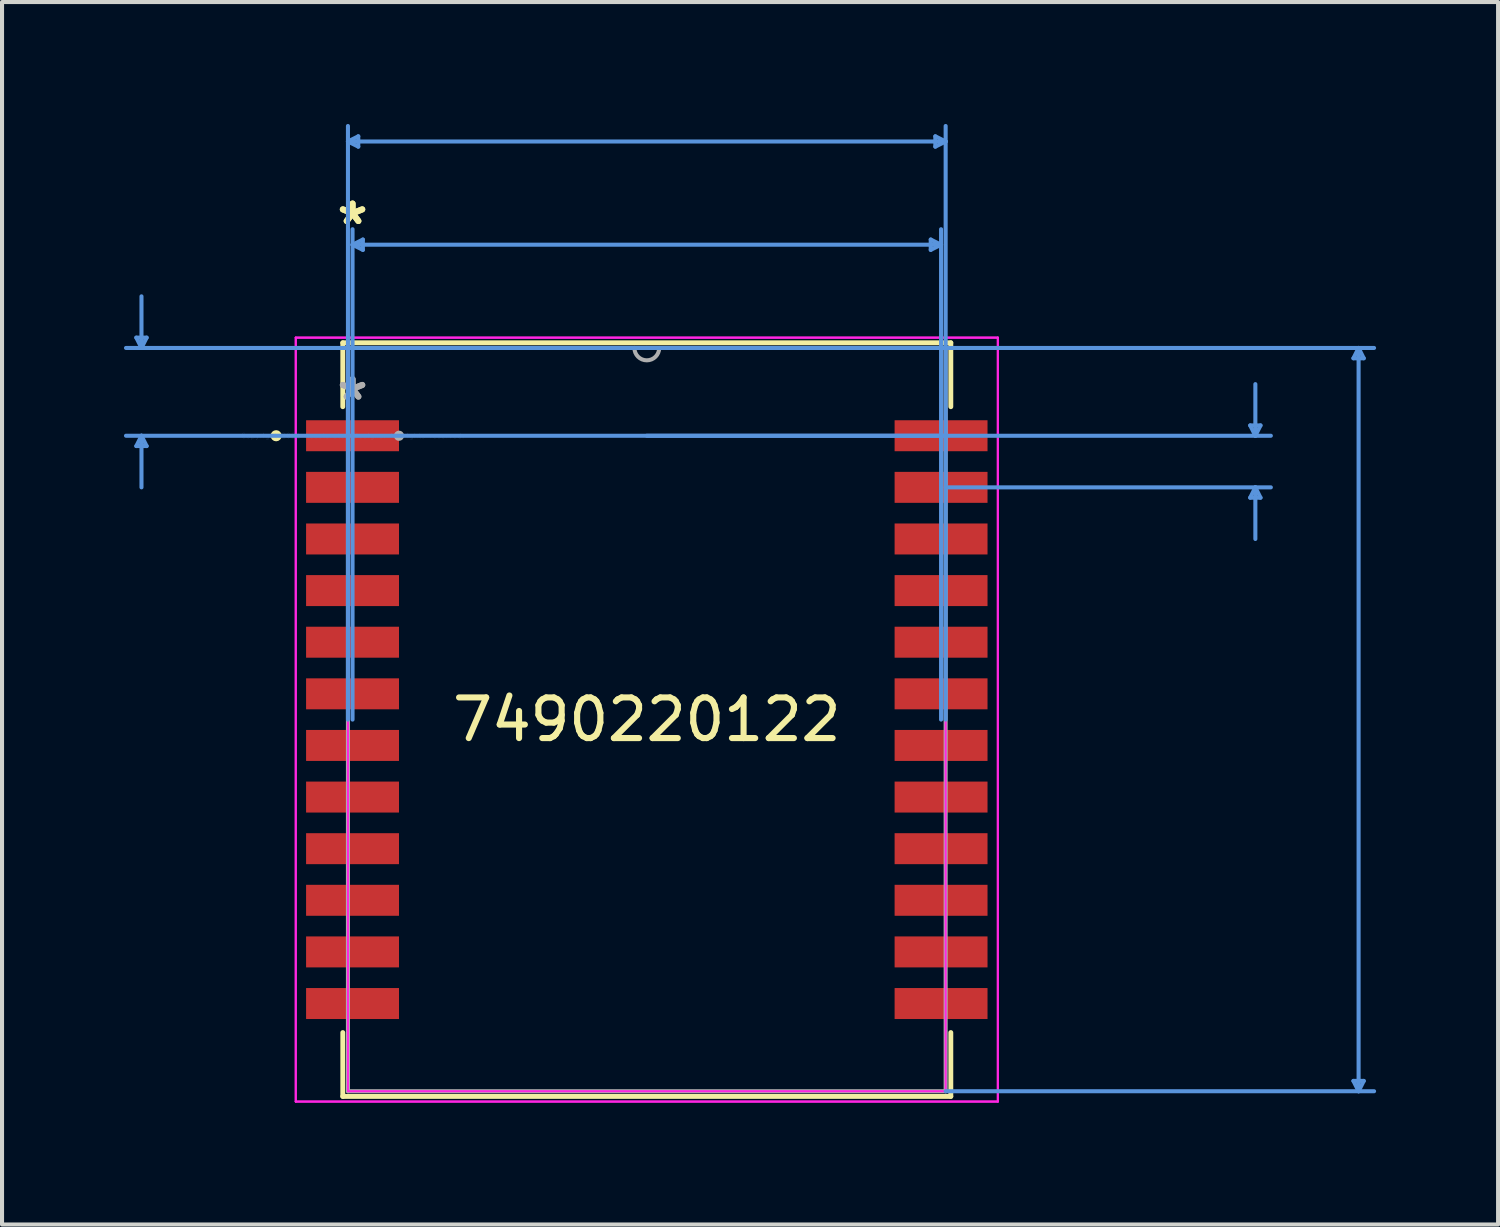
<source format=kicad_pcb>
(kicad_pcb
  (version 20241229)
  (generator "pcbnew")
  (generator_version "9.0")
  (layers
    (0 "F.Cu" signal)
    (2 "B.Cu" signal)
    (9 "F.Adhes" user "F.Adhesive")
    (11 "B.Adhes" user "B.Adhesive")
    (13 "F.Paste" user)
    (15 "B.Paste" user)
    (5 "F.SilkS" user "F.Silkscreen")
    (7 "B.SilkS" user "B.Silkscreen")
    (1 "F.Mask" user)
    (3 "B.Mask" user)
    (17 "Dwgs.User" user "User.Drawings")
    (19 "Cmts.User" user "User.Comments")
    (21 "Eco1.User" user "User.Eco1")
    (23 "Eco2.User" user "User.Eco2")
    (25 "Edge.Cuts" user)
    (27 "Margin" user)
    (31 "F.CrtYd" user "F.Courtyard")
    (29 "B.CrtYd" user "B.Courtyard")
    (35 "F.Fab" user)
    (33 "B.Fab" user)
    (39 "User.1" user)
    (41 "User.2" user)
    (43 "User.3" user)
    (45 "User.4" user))
  (footprint "7490220122"
    (layer "F.Cu")
    (at 5.624 7.671)
    (property "Reference" "7490220122" (at 7.24 6.984 0) (layer "F.SilkS") (effects (font (size 1 1) (thickness 0.15))))
    (attr through_hole)
    (fp_line (start -0.24 -2.287) (end -0.24 -0.714) (stroke (width 0.12) (type solid)) (layer "F.SilkS"))
    (fp_line (start -0.24 14.684) (end -0.24 16.255) (stroke (width 0.12) (type solid)) (layer "F.SilkS"))
    (fp_line (start -0.24 16.255) (end 14.72 16.255) (stroke (width 0.12) (type solid)) (layer "F.SilkS"))
    (fp_line (start 14.72 -2.287) (end -0.24 -2.287) (stroke (width 0.12) (type solid)) (layer "F.SilkS"))
    (fp_line (start 14.72 -0.714) (end 14.72 -2.287) (stroke (width 0.12) (type solid)) (layer "F.SilkS"))
    (fp_line (start 14.72 16.255) (end 14.72 14.684) (stroke (width 0.12) (type solid)) (layer "F.SilkS"))
    (fp_circle (center -1.88 0) (end -1.803 0) (stroke (width 0.12) (type solid)) (fill no) (layer "F.SilkS"))
    (fp_line (start -5.32 -2.414) (end -5.066 -2.414) (stroke (width 0.1) (type solid)) (layer "Cmts.User"))
    (fp_line (start -5.32 0.254) (end -5.066 0.254) (stroke (width 0.1) (type solid)) (layer "Cmts.User"))
    (fp_line (start -5.193 -2.16) (end -5.32 -2.414) (stroke (width 0.1) (type solid)) (layer "Cmts.User"))
    (fp_line (start -5.193 -2.16) (end -5.193 -3.43) (stroke (width 0.1) (type solid)) (layer "Cmts.User"))
    (fp_line (start -5.193 -2.16) (end -5.066 -2.414) (stroke (width 0.1) (type solid)) (layer "Cmts.User"))
    (fp_line (start -5.193 0) (end -5.32 0.254) (stroke (width 0.1) (type solid)) (layer "Cmts.User"))
    (fp_line (start -5.193 0) (end -5.193 1.27) (stroke (width 0.1) (type solid)) (layer "Cmts.User"))
    (fp_line (start -5.193 0) (end -5.066 0.254) (stroke (width 0.1) (type solid)) (layer "Cmts.User"))
    (fp_line (start -0.113 -7.24) (end 0.141 -7.367) (stroke (width 0.1) (type solid)) (layer "Cmts.User"))
    (fp_line (start -0.113 -7.24) (end 0.141 -7.113) (stroke (width 0.1) (type solid)) (layer "Cmts.User"))
    (fp_line (start -0.113 -7.24) (end 14.593 -7.24) (stroke (width 0.1) (type solid)) (layer "Cmts.User"))
    (fp_line (start -0.113 6.984) (end -0.113 -7.621) (stroke (width 0.1) (type solid)) (layer "Cmts.User"))
    (fp_line (start 0 -4.7) (end 0.254 -4.827) (stroke (width 0.1) (type solid)) (layer "Cmts.User"))
    (fp_line (start 0 -4.7) (end 0.254 -4.573) (stroke (width 0.1) (type solid)) (layer "Cmts.User"))
    (fp_line (start 0 -4.7) (end 14.48 -4.7) (stroke (width 0.1) (type solid)) (layer "Cmts.User"))
    (fp_line (start 0 6.984) (end 0 -5.081) (stroke (width 0.1) (type solid)) (layer "Cmts.User"))
    (fp_line (start 0.141 -7.367) (end 0.141 -7.113) (stroke (width 0.1) (type solid)) (layer "Cmts.User"))
    (fp_line (start 0.254 -4.827) (end 0.254 -4.573) (stroke (width 0.1) (type solid)) (layer "Cmts.User"))
    (fp_line (start 7.24 -2.16) (end -5.574 -2.16) (stroke (width 0.1) (type solid)) (layer "Cmts.User"))
    (fp_line (start 7.24 -2.16) (end 25.134 -2.16) (stroke (width 0.1) (type solid)) (layer "Cmts.User"))
    (fp_line (start 7.24 0) (end 22.594 0) (stroke (width 0.1) (type solid)) (layer "Cmts.User"))
    (fp_line (start 14.226 -4.827) (end 14.226 -4.573) (stroke (width 0.1) (type solid)) (layer "Cmts.User"))
    (fp_line (start 14.339 -7.367) (end 14.339 -7.113) (stroke (width 0.1) (type solid)) (layer "Cmts.User"))
    (fp_line (start 14.48 -4.7) (end 14.226 -4.827) (stroke (width 0.1) (type solid)) (layer "Cmts.User"))
    (fp_line (start 14.48 -4.7) (end 14.226 -4.573) (stroke (width 0.1) (type solid)) (layer "Cmts.User"))
    (fp_line (start 14.48 6.984) (end 14.48 -5.081) (stroke (width 0.1) (type solid)) (layer "Cmts.User"))
    (fp_line (start 14.593 -7.24) (end 14.339 -7.367) (stroke (width 0.1) (type solid)) (layer "Cmts.User"))
    (fp_line (start 14.593 -7.24) (end 14.339 -7.113) (stroke (width 0.1) (type solid)) (layer "Cmts.User"))
    (fp_line (start 14.593 0) (end -5.574 0) (stroke (width 0.1) (type solid)) (layer "Cmts.User"))
    (fp_line (start 14.593 1.27) (end 22.594 1.27) (stroke (width 0.1) (type solid)) (layer "Cmts.User"))
    (fp_line (start 14.593 6.984) (end 14.593 -7.621) (stroke (width 0.1) (type solid)) (layer "Cmts.User"))
    (fp_line (start 14.593 16.128) (end 25.134 16.128) (stroke (width 0.1) (type solid)) (layer "Cmts.User"))
    (fp_line (start 22.086 -0.254) (end 22.34 -0.254) (stroke (width 0.1) (type solid)) (layer "Cmts.User"))
    (fp_line (start 22.086 1.524) (end 22.34 1.524) (stroke (width 0.1) (type solid)) (layer "Cmts.User"))
    (fp_line (start 22.213 0) (end 22.086 -0.254) (stroke (width 0.1) (type solid)) (layer "Cmts.User"))
    (fp_line (start 22.213 0) (end 22.213 -1.27) (stroke (width 0.1) (type solid)) (layer "Cmts.User"))
    (fp_line (start 22.213 0) (end 22.34 -0.254) (stroke (width 0.1) (type solid)) (layer "Cmts.User"))
    (fp_line (start 22.213 1.27) (end 22.086 1.524) (stroke (width 0.1) (type solid)) (layer "Cmts.User"))
    (fp_line (start 22.213 1.27) (end 22.213 2.54) (stroke (width 0.1) (type solid)) (layer "Cmts.User"))
    (fp_line (start 22.213 1.27) (end 22.34 1.524) (stroke (width 0.1) (type solid)) (layer "Cmts.User"))
    (fp_line (start 24.626 -1.906) (end 24.88 -1.906) (stroke (width 0.1) (type solid)) (layer "Cmts.User"))
    (fp_line (start 24.626 15.874) (end 24.88 15.874) (stroke (width 0.1) (type solid)) (layer "Cmts.User"))
    (fp_line (start 24.753 -2.16) (end 24.626 -1.906) (stroke (width 0.1) (type solid)) (layer "Cmts.User"))
    (fp_line (start 24.753 -2.16) (end 24.753 16.128) (stroke (width 0.1) (type solid)) (layer "Cmts.User"))
    (fp_line (start 24.753 -2.16) (end 24.88 -1.906) (stroke (width 0.1) (type solid)) (layer "Cmts.User"))
    (fp_line (start 24.753 16.128) (end 24.626 15.874) (stroke (width 0.1) (type solid)) (layer "Cmts.User"))
    (fp_line (start 24.753 16.128) (end 24.88 15.874) (stroke (width 0.1) (type solid)) (layer "Cmts.User"))
    (fp_line (start -1.397 -2.414) (end 15.877 -2.414) (stroke (width 0.05) (type solid)) (layer "F.CrtYd"))
    (fp_line (start -1.397 -2.414) (end 15.877 -2.414) (stroke (width 0.05) (type solid)) (layer "F.CrtYd"))
    (fp_line (start -1.397 16.382) (end -1.397 -2.414) (stroke (width 0.05) (type solid)) (layer "F.CrtYd"))
    (fp_line (start -1.397 16.382) (end -1.397 -2.414) (stroke (width 0.05) (type solid)) (layer "F.CrtYd"))
    (fp_line (start -0.113 -2.16) (end 14.593 -2.16) (stroke (width 0.05) (type solid)) (layer "F.CrtYd"))
    (fp_line (start -0.113 16.128) (end -0.113 -2.16) (stroke (width 0.05) (type solid)) (layer "F.CrtYd"))
    (fp_line (start 14.593 -2.16) (end 14.593 16.128) (stroke (width 0.05) (type solid)) (layer "F.CrtYd"))
    (fp_line (start 14.593 16.128) (end -0.113 16.128) (stroke (width 0.05) (type solid)) (layer "F.CrtYd"))
    (fp_line (start 15.877 -2.414) (end 15.877 16.382) (stroke (width 0.05) (type solid)) (layer "F.CrtYd"))
    (fp_line (start 15.877 -2.414) (end 15.877 16.382) (stroke (width 0.05) (type solid)) (layer "F.CrtYd"))
    (fp_line (start 15.877 16.382) (end -1.397 16.382) (stroke (width 0.05) (type solid)) (layer "F.CrtYd"))
    (fp_line (start 15.877 16.382) (end -1.397 16.382) (stroke (width 0.05) (type solid)) (layer "F.CrtYd"))
    (fp_line (start -0.113 -2.16) (end -0.113 16.128) (stroke (width 0.1) (type solid)) (layer "F.Fab"))
    (fp_line (start -0.113 16.128) (end 14.593 16.128) (stroke (width 0.1) (type solid)) (layer "F.Fab"))
    (fp_line (start 14.593 -2.16) (end -0.113 -2.16) (stroke (width 0.1) (type solid)) (layer "F.Fab"))
    (fp_line (start 14.593 16.128) (end 14.593 -2.16) (stroke (width 0.1) (type solid)) (layer "F.Fab"))
    (fp_arc (start 7.544799 -2.16) (mid 7.239999 -1.8552) (end 6.935199 -2.16) (stroke (width 0.1) (type solid)) (layer "F.Fab"))
    (fp_circle (center 1.143 0) (end 1.219 0) (stroke (width 0.1) (type solid)) (fill no) (layer "F.Fab"))
    (fp_text user "*" (at 0 -5.167 0) (layer "F.SilkS") (effects (font (size 1 1) (thickness 0.15))))
    (fp_text user "*" (at 0 -5.167 0) (layer "F.SilkS") (effects (font (size 1 1) (thickness 0.15))))
    (fp_text user "Copyright 2021 Accelerated Designs. All rights reserved." (at 0 0 0) (layer "Cmts.User") (effects (font (size 0.127 0.127) (thickness 0.002))))
    (fp_text user "*" (at 0 -0.847 0) (layer "F.Fab") (effects (font (size 1 1) (thickness 0.15))))
    (fp_text user "*" (at 0 -0.847 0) (layer "F.Fab") (effects (font (size 1 1) (thickness 0.15))))
    (pad "1" smd rect (at 0.000001 0.000001) (size 2.286 0.762) (layers "F.Cu" "F.Mask" "F.Paste"))
    (pad "2" smd rect (at 0.000001 1.27) (size 2.286 0.762) (layers "F.Cu" "F.Mask" "F.Paste"))
    (pad "3" smd rect (at 0.000001 2.54) (size 2.286 0.762) (layers "F.Cu" "F.Mask" "F.Paste"))
    (pad "4" smd rect (at 0.000001 3.81) (size 2.286 0.762) (layers "F.Cu" "F.Mask" "F.Paste"))
    (pad "5" smd rect (at 0.000001 5.08) (size 2.286 0.762) (layers "F.Cu" "F.Mask" "F.Paste"))
    (pad "6" smd rect (at 0.000001 6.35) (size 2.286 0.762) (layers "F.Cu" "F.Mask" "F.Paste"))
    (pad "7" smd rect (at 0.000001 7.62) (size 2.286 0.762) (layers "F.Cu" "F.Mask" "F.Paste"))
    (pad "8" smd rect (at 0.000001 8.89) (size 2.286 0.762) (layers "F.Cu" "F.Mask" "F.Paste"))
    (pad "9" smd rect (at 0.000001 10.16) (size 2.286 0.762) (layers "F.Cu" "F.Mask" "F.Paste"))
    (pad "10" smd rect (at 0.000001 11.43) (size 2.286 0.762) (layers "F.Cu" "F.Mask" "F.Paste"))
    (pad "11" smd rect (at 0.000001 12.7) (size 2.286 0.762) (layers "F.Cu" "F.Mask" "F.Paste"))
    (pad "12" smd rect (at 0.000001 13.97) (size 2.286 0.762) (layers "F.Cu" "F.Mask" "F.Paste"))
    (pad "13" smd rect (at 14.48 13.97) (size 2.286 0.762) (layers "F.Cu" "F.Mask" "F.Paste"))
    (pad "14" smd rect (at 14.48 12.7) (size 2.286 0.762) (layers "F.Cu" "F.Mask" "F.Paste"))
    (pad "15" smd rect (at 14.48 11.43) (size 2.286 0.762) (layers "F.Cu" "F.Mask" "F.Paste"))
    (pad "16" smd rect (at 14.48 10.16) (size 2.286 0.762) (layers "F.Cu" "F.Mask" "F.Paste"))
    (pad "17" smd rect (at 14.48 8.89) (size 2.286 0.762) (layers "F.Cu" "F.Mask" "F.Paste"))
    (pad "18" smd rect (at 14.48 7.62) (size 2.286 0.762) (layers "F.Cu" "F.Mask" "F.Paste"))
    (pad "19" smd rect (at 14.48 6.35) (size 2.286 0.762) (layers "F.Cu" "F.Mask" "F.Paste"))
    (pad "20" smd rect (at 14.48 5.08) (size 2.286 0.762) (layers "F.Cu" "F.Mask" "F.Paste"))
    (pad "21" smd rect (at 14.48 3.81) (size 2.286 0.762) (layers "F.Cu" "F.Mask" "F.Paste"))
    (pad "22" smd rect (at 14.48 2.54) (size 2.286 0.762) (layers "F.Cu" "F.Mask" "F.Paste"))
    (pad "23" smd rect (at 14.48 1.27) (size 2.286 0.762) (layers "F.Cu" "F.Mask" "F.Paste"))
    (pad "24" smd rect (at 14.48 0.000001) (size 2.286 0.762) (layers "F.Cu" "F.Mask" "F.Paste")))
  (gr_rect
    (start -3 -3)
    (end 33.809 27.078)
    (stroke (width 0.1) (type default))
    (fill no)
    (layer "Edge.Cuts")))
</source>
